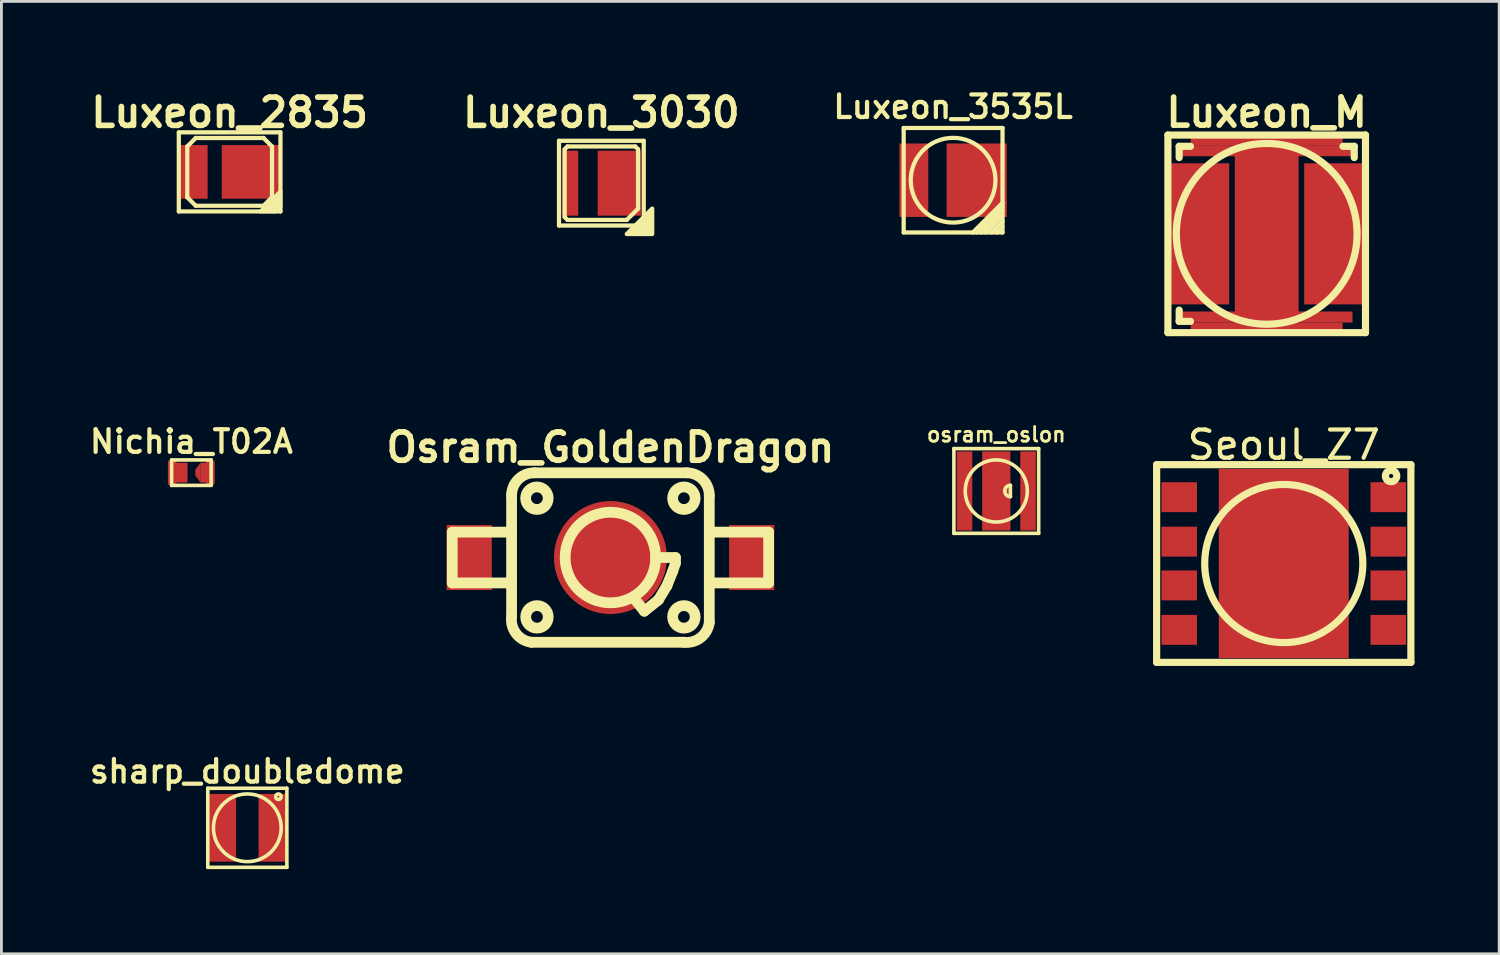
<source format=kicad_pcb>
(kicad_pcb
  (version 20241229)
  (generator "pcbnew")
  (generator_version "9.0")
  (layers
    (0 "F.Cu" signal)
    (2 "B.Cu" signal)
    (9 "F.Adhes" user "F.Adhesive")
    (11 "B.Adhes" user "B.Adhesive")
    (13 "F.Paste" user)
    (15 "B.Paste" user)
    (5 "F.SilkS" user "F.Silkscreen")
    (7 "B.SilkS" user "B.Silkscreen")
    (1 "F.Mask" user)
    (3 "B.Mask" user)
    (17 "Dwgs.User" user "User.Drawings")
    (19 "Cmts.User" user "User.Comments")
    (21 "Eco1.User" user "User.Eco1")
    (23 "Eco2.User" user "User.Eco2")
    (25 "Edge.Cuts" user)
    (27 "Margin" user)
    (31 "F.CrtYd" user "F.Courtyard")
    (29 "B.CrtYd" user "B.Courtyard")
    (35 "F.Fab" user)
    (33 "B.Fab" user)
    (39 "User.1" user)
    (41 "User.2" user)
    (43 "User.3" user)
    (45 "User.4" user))
  (footprint "Osram_GoldenDragon"
    (layer "F.Cu")
    (at 18.564 16.691)
    (property "Reference" "Osram_GoldenDragon" (at 0 -3.899 0) (layer "F.SilkS") (effects (font (size 1.001 1.001) (thickness 0.201))))
    (attr through_hole)
    (fp_line (start -5.601 -0.899) (end -5.601 0.899) (stroke (width 0.381) (type solid)) (layer "F.SilkS"))
    (fp_line (start -5.601 0.899) (end -3.5 0.899) (stroke (width 0.381) (type solid)) (layer "F.SilkS"))
    (fp_line (start -3.5 -0.899) (end -5.601 -0.899) (stroke (width 0.381) (type solid)) (layer "F.SilkS"))
    (fp_line (start -3.5 2.101) (end -3.5 -2.2) (stroke (width 0.381) (type solid)) (layer "F.SilkS"))
    (fp_line (start -2.7 -3) (end 2.7 -3) (stroke (width 0.381) (type solid)) (layer "F.SilkS"))
    (fp_line (start 1.199 1.9) (end 0.8 1.4) (stroke (width 0.381) (type solid)) (layer "F.SilkS"))
    (fp_line (start 1.6 0) (end 2.301 0) (stroke (width 0.381) (type solid)) (layer "F.SilkS"))
    (fp_line (start 1.699 1.501) (end 1.199 1.9) (stroke (width 0.381) (type solid)) (layer "F.SilkS"))
    (fp_line (start 1.999 1.001) (end 1.699 1.501) (stroke (width 0.381) (type solid)) (layer "F.SilkS"))
    (fp_line (start 2.2 0.5) (end 1.999 1.001) (stroke (width 0.381) (type solid)) (layer "F.SilkS"))
    (fp_line (start 2.301 0) (end 2.301 0.201) (stroke (width 0.381) (type solid)) (layer "F.SilkS"))
    (fp_line (start 2.301 0.201) (end 2.2 0.5) (stroke (width 0.381) (type solid)) (layer "F.SilkS"))
    (fp_line (start 2.601 3) (end -2.799 3) (stroke (width 0.381) (type solid)) (layer "F.SilkS"))
    (fp_line (start 3.5 -2.2) (end 3.5 2.301) (stroke (width 0.381) (type solid)) (layer "F.SilkS"))
    (fp_line (start 5.601 -0.899) (end 3.5 -0.899) (stroke (width 0.381) (type solid)) (layer "F.SilkS"))
    (fp_line (start 5.601 -0.899) (end 5.601 0.899) (stroke (width 0.381) (type solid)) (layer "F.SilkS"))
    (fp_line (start 5.601 0.899) (end 3.5 0.899) (stroke (width 0.381) (type solid)) (layer "F.SilkS"))
    (fp_arc (start -3.50012 -2.19964) (mid -3.265776 -2.765396) (end -2.70002 -2.99974) (stroke (width 0.381) (type solid)) (layer "F.SilkS"))
    (fp_arc (start -2.79908 2.99974) (mid -3.335822 2.69535) (end -3.50012 2.10058) (stroke (width 0.381) (type solid)) (layer "F.SilkS"))
    (fp_arc (start 2.70002 -2.99974) (mid 3.265776 -2.765396) (end 3.50012 -2.19964) (stroke (width 0.381) (type solid)) (layer "F.SilkS"))
    (fp_arc (start 3.50012 2.30124) (mid 3.193934 2.837238) (end 2.59842 2.99974) (stroke (width 0.381) (type solid)) (layer "F.SilkS"))
    (fp_circle (center -2.603 -2.101) (end -3.002 -2.101) (stroke (width 0.381) (type solid)) (fill no) (layer "F.SilkS"))
    (fp_circle (center -2.601 2.101) (end -3 2.101) (stroke (width 0.381) (type solid)) (fill no) (layer "F.SilkS"))
    (fp_circle (center 0 0) (end 1.6 -0.099) (stroke (width 0.381) (type solid)) (fill no) (layer "F.SilkS"))
    (fp_circle (center 2.601 -2.101) (end 3 -2.101) (stroke (width 0.381) (type solid)) (fill no) (layer "F.SilkS"))
    (fp_circle (center 2.601 2.101) (end 3 2.101) (stroke (width 0.381) (type solid)) (fill no) (layer "F.SilkS"))
    (pad "1" smd rect (at -5.001 0) (size 1.6 2.301) (layers "F.Cu" "F.Mask" "F.Paste"))
    (pad "2" smd rect (at 5.001 0) (size 1.6 2.301) (layers "F.Cu" "F.Mask" "F.Paste"))
    (pad "3" smd circle (at 0 0) (size 4 4) (layers "F.Cu" "F.Mask" "F.Paste")))
  (footprint "osram_oslon"
    (layer "F.Cu")
    (at 32.226 14.334)
    (property "Reference" "osram_oslon" (at 0 -1.999 0) (layer "F.SilkS") (effects (font (size 0.523 0.523) (thickness 0.099))))
    (attr through_hole)
    (fp_line (start -1.501 -1.501) (end -1.501 1.501) (stroke (width 0.127) (type solid)) (layer "F.SilkS"))
    (fp_line (start -1.501 1.501) (end 1.501 1.501) (stroke (width 0.127) (type solid)) (layer "F.SilkS"))
    (fp_line (start 0.5 -0.201) (end 0.5 0.201) (stroke (width 0.127) (type solid)) (layer "F.SilkS"))
    (fp_line (start 1.501 -1.501) (end -1.501 -1.501) (stroke (width 0.127) (type solid)) (layer "F.SilkS"))
    (fp_line (start 1.501 1.501) (end 1.501 -1.501) (stroke (width 0.127) (type solid)) (layer "F.SilkS"))
    (fp_arc (start 0.29972 0) (mid 0.358492 -0.141888) (end 0.50038 -0.20066) (stroke (width 0.127) (type solid)) (layer "F.SilkS"))
    (fp_arc (start 0.50038 0.20066) (mid 0.358492 0.141888) (end 0.29972 0) (stroke (width 0.127) (type solid)) (layer "F.SilkS"))
    (fp_circle (center 0 0) (end -1.1 0) (stroke (width 0.127) (type solid)) (fill no) (layer "F.SilkS"))
    (pad "1" smd rect (at -1.125 0) (size 0.551 2.799) (layers "F.Cu" "F.Mask" "F.Paste"))
    (pad "2" smd rect (at 1.125 0) (size 0.551 2.799) (layers "F.Cu" "F.Mask" "F.Paste"))
    (pad "3" smd rect (at 0 0) (size 1.001 2.799) (layers "F.Cu" "F.Mask" "F.Paste")))
  (footprint "Seoul_Z7"
    (layer "F.Cu")
    (at 42.405 16.903)
    (property "Reference" "Seoul_Z7" (at 0 -4.201 0) (layer "F.SilkS") (effects (font (size 0.998 0.998) (thickness 0.15))))
    (attr smd)
    (fp_line (start -4.501 -3.5) (end 4.501 -3.5) (stroke (width 0.254) (type solid)) (layer "F.SilkS"))
    (fp_line (start -4.501 3.5) (end -4.501 -3.5) (stroke (width 0.254) (type solid)) (layer "F.SilkS"))
    (fp_line (start 4.501 -3.5) (end 4.501 3.5) (stroke (width 0.254) (type solid)) (layer "F.SilkS"))
    (fp_line (start 4.501 3.5) (end -4.501 3.5) (stroke (width 0.254) (type solid)) (layer "F.SilkS"))
    (fp_circle (center 0 0) (end -2.799 0) (stroke (width 0.254) (type solid)) (fill no) (layer "F.SilkS"))
    (fp_circle (center 3.8 -3.099) (end 3.599 -3.099) (stroke (width 0.254) (type solid)) (fill no) (layer "F.SilkS"))
    (pad "" smd rect (at -1.15 -1.675) (size 2.3 3.35) (layers "F.Mask" "F.Paste"))
    (pad "" smd rect (at -1.15 1.675) (size 2.3 3.35) (layers "F.Mask" "F.Paste"))
    (pad "" smd rect (at 1.15 -1.675) (size 2.3 3.35) (layers "F.Mask" "F.Paste"))
    (pad "" smd rect (at 1.15 1.675) (size 2.3 3.35) (layers "F.Mask" "F.Paste"))
    (pad "1" smd rect (at 3.701 -2.349) (size 1.257 1.059) (layers "F.Cu" "F.Mask" "F.Paste"))
    (pad "2" smd rect (at 3.701 -0.775) (size 1.257 1.059) (layers "F.Cu" "F.Mask" "F.Paste"))
    (pad "3" smd rect (at 3.701 0.775) (size 1.257 1.059) (layers "F.Cu" "F.Mask" "F.Paste"))
    (pad "4" smd rect (at 3.701 2.349) (size 1.257 1.059) (layers "F.Cu" "F.Mask" "F.Paste"))
    (pad "5" smd rect (at -3.701 2.349) (size 1.257 1.059) (layers "F.Cu" "F.Mask" "F.Paste"))
    (pad "6" smd rect (at -3.701 0.775) (size 1.257 1.059) (layers "F.Cu" "F.Mask" "F.Paste"))
    (pad "7" smd rect (at -3.701 -0.775) (size 1.257 1.059) (layers "F.Cu" "F.Mask" "F.Paste"))
    (pad "8" smd rect (at -3.701 -2.349) (size 1.257 1.059) (layers "F.Cu" "F.Mask" "F.Paste"))
    (pad "9" smd rect (at 0 0) (size 4.6 6.7) (layers "F.Cu")))
  (footprint "Luxeon_M"
    (layer "F.Cu")
    (at 41.801 5.23)
    (property "Reference" "Luxeon_M" (at 0 -4.3 0) (layer "F.SilkS") (effects (font (size 0.996 0.996) (thickness 0.198))))
    (attr through_hole)
    (fp_line (start -3.498 -3.498) (end 3.498 -3.498) (stroke (width 0.254) (type solid)) (layer "F.SilkS"))
    (fp_line (start -3.498 3.498) (end -3.498 -3.498) (stroke (width 0.254) (type solid)) (layer "F.SilkS"))
    (fp_line (start -3.099 -3.099) (end -2.7 -3.099) (stroke (width 0.254) (type solid)) (layer "F.SilkS"))
    (fp_line (start -3.099 -2.7) (end -3.099 -3.099) (stroke (width 0.254) (type solid)) (layer "F.SilkS"))
    (fp_line (start -3.099 3.099) (end -3.099 2.7) (stroke (width 0.254) (type solid)) (layer "F.SilkS"))
    (fp_line (start -3.099 3.099) (end -2.7 3.099) (stroke (width 0.254) (type solid)) (layer "F.SilkS"))
    (fp_line (start 3.099 -3.099) (end 2.7 -3.099) (stroke (width 0.254) (type solid)) (layer "F.SilkS"))
    (fp_line (start 3.099 -3.099) (end 3.099 -2.7) (stroke (width 0.254) (type solid)) (layer "F.SilkS"))
    (fp_line (start 3.498 -3.498) (end 3.498 3.498) (stroke (width 0.254) (type solid)) (layer "F.SilkS"))
    (fp_line (start 3.498 3.498) (end -3.498 3.498) (stroke (width 0.254) (type solid)) (layer "F.SilkS"))
    (fp_circle (center 0 0) (end -3.2 0) (stroke (width 0.254) (type solid)) (fill no) (layer "F.SilkS"))
    (pad "" smd rect (at -1.603 0) (size 0.546 3.528) (layers "F.Mask" "F.Paste"))
    (pad "" smd rect (at 0 0) (size 2.258 3.528) (layers "F.Mask" "F.Paste"))
    (pad "" smd rect (at 1.603 0) (size 0.546 3.528) (layers "F.Mask" "F.Paste"))
    (pad "1" smd rect (at 2.413 0) (size 2.169 4.996) (layers "F.Cu"))
    (pad "2" smd rect (at -2.413 0) (size 2.169 4.996) (layers "F.Cu"))
    (pad "3" smd rect (at 0 -3.32) (size 5.377 0.361) (layers "F.Cu"))
    (pad "3" smd rect (at 0 -2.944) (size 6.076 0.391) (layers "F.Cu"))
    (pad "3" smd rect (at 0 0) (size 2.258 6.998) (layers "F.Cu"))
    (pad "3" smd rect (at 0 2.944) (size 6.076 0.391) (layers "F.Cu"))
    (pad "3" smd rect (at 0 3.32) (size 5.377 0.361) (layers "F.Cu")))
  (footprint "Luxeon_3535L"
    (layer "F.Cu")
    (at 30.697 3.331)
    (property "Reference" "Luxeon_3535L" (at 0 -2.6 0) (layer "F.SilkS") (effects (font (size 0.8 0.8) (thickness 0.15))))
    (attr smd)
    (fp_line (start -1.75 -1.85) (end 1.75 -1.85) (stroke (width 0.15) (type solid)) (layer "F.SilkS"))
    (fp_line (start -1.75 1.85) (end -1.75 -1.85) (stroke (width 0.15) (type solid)) (layer "F.SilkS"))
    (fp_line (start 0.7 1.85) (end 1.75 0.8) (stroke (width 0.15) (type solid)) (layer "F.SilkS"))
    (fp_line (start 0.85 1.85) (end 1.75 0.95) (stroke (width 0.15) (type solid)) (layer "F.SilkS"))
    (fp_line (start 1 1.85) (end 1.75 1.1) (stroke (width 0.15) (type solid)) (layer "F.SilkS"))
    (fp_line (start 1.15 1.85) (end 1.75 1.25) (stroke (width 0.15) (type solid)) (layer "F.SilkS"))
    (fp_line (start 1.35 1.85) (end 1.75 1.45) (stroke (width 0.15) (type solid)) (layer "F.SilkS"))
    (fp_line (start 1.55 1.85) (end 1.75 1.65) (stroke (width 0.15) (type solid)) (layer "F.SilkS"))
    (fp_line (start 1.75 -1.85) (end 1.75 1.85) (stroke (width 0.15) (type solid)) (layer "F.SilkS"))
    (fp_line (start 1.75 1.85) (end -1.75 1.85) (stroke (width 0.15) (type solid)) (layer "F.SilkS"))
    (fp_circle (center 0 0) (end 1.5 0) (stroke (width 0.15) (type solid)) (fill no) (layer "F.SilkS"))
    (pad "1" smd rect (at -1.39 0) (size 1.02 2.6) (layers "F.Cu" "F.Mask" "F.Paste"))
    (pad "2" smd rect (at 0.835 0) (size 2.13 2.6) (layers "F.Cu" "F.Mask" "F.Paste")))
  (footprint "Luxeon_3030"
    (layer "F.Cu")
    (at 18.243 3.436)
    (property "Reference" "Luxeon_3030" (at 0 -2.5 0) (layer "F.SilkS") (effects (font (size 1 1) (thickness 0.2))))
    (attr through_hole)
    (fp_line (start -1.5 -1.5) (end 1.5 -1.5) (stroke (width 0.15) (type solid)) (layer "F.SilkS"))
    (fp_line (start -1.5 1.5) (end -1.5 -1.5) (stroke (width 0.15) (type solid)) (layer "F.SilkS"))
    (fp_line (start -1.3 -1.2) (end -1.3 1.2) (stroke (width 0.15) (type solid)) (layer "F.SilkS"))
    (fp_line (start -1.3 1.2) (end -1.2 1.3) (stroke (width 0.15) (type solid)) (layer "F.SilkS"))
    (fp_line (start -1.2 -1.3) (end -1.3 -1.2) (stroke (width 0.15) (type solid)) (layer "F.SilkS"))
    (fp_line (start -1.2 1.3) (end 0.9 1.3) (stroke (width 0.15) (type solid)) (layer "F.SilkS"))
    (fp_line (start 0.9 1.3) (end 1.3 0.9) (stroke (width 0.15) (type solid)) (layer "F.SilkS"))
    (fp_line (start 1.2 -1.3) (end -1.2 -1.3) (stroke (width 0.15) (type solid)) (layer "F.SilkS"))
    (fp_line (start 1.3 -1.2) (end 1.2 -1.3) (stroke (width 0.15) (type solid)) (layer "F.SilkS"))
    (fp_line (start 1.3 0.9) (end 1.3 -1.2) (stroke (width 0.15) (type solid)) (layer "F.SilkS"))
    (fp_line (start 1.5 -1.5) (end 1.5 1.5) (stroke (width 0.15) (type solid)) (layer "F.SilkS"))
    (fp_line (start 1.5 1.5) (end -1.5 1.5) (stroke (width 0.15) (type solid)) (layer "F.SilkS"))
    (fp_poly (pts (xy 0.9 1.8) (xy 1.8 0.9) (xy 1.8 1.8)) (stroke (width 0.15) (type solid)) (fill yes) (layer "F.SilkS"))
    (pad "1" smd rect (at -1.11 0) (size 0.58 2.3) (layers "F.Cu" "F.Mask" "F.Paste"))
    (pad "2" smd rect (at 0.635 0) (size 1.53 2.3) (layers "F.Cu" "F.Mask" "F.Paste")))
  (footprint "sharp_doubledome"
    (layer "F.Cu")
    (at 5.707 26.26)
    (property "Reference" "sharp_doubledome" (at 0 -1.999 0) (layer "F.SilkS") (effects (font (size 0.8 0.8) (thickness 0.15))))
    (attr through_hole)
    (fp_line (start -1.4 -1.4) (end -1.4 1.4) (stroke (width 0.127) (type solid)) (layer "F.SilkS"))
    (fp_line (start -1.4 1.4) (end 1.4 1.4) (stroke (width 0.127) (type solid)) (layer "F.SilkS"))
    (fp_line (start 1.4 -1.4) (end -1.4 -1.4) (stroke (width 0.127) (type solid)) (layer "F.SilkS"))
    (fp_line (start 1.4 1.4) (end 1.4 -1.4) (stroke (width 0.127) (type solid)) (layer "F.SilkS"))
    (fp_circle (center 0 0) (end -1.199 0) (stroke (width 0.127) (type solid)) (fill no) (layer "F.SilkS"))
    (fp_circle (center 1.1 -1.1) (end 1.001 -1.1) (stroke (width 0.127) (type solid)) (fill no) (layer "F.SilkS"))
    (pad "1" smd rect (at -0.899 0) (size 1.001 2.4) (layers "F.Cu" "F.Mask" "F.Paste"))
    (pad "2" smd rect (at 0.899 0) (size 1.001 2.4) (layers "F.Cu" "F.Mask" "F.Paste")))
  (footprint "Luxeon_2835"
    (layer "F.Cu")
    (at 5.081 3.036)
    (property "Reference" "Luxeon_2835" (at 0 -2.1 0) (layer "F.SilkS") (effects (font (size 1 1) (thickness 0.2))))
    (attr through_hole)
    (fp_line (start -1.8 -1.4) (end 1.8 -1.4) (stroke (width 0.15) (type solid)) (layer "F.SilkS"))
    (fp_line (start -1.8 1.4) (end -1.8 -1.4) (stroke (width 0.15) (type solid)) (layer "F.SilkS"))
    (fp_line (start -1.5 -0.9) (end -1.2 -1.2) (stroke (width 0.15) (type solid)) (layer "F.SilkS"))
    (fp_line (start -1.5 0.9) (end -1.5 -0.9) (stroke (width 0.15) (type solid)) (layer "F.SilkS"))
    (fp_line (start -1.2 -1.2) (end 1.2 -1.2) (stroke (width 0.15) (type solid)) (layer "F.SilkS"))
    (fp_line (start -1.2 1.2) (end -1.5 0.9) (stroke (width 0.15) (type solid)) (layer "F.SilkS"))
    (fp_line (start 1.1 1.4) (end 1.8 0.7) (stroke (width 0.15) (type solid)) (layer "F.SilkS"))
    (fp_line (start 1.2 -1.2) (end 1.5 -0.9) (stroke (width 0.15) (type solid)) (layer "F.SilkS"))
    (fp_line (start 1.2 1.2) (end -1.2 1.2) (stroke (width 0.15) (type solid)) (layer "F.SilkS"))
    (fp_line (start 1.2 1.4) (end 1.8 0.8) (stroke (width 0.15) (type solid)) (layer "F.SilkS"))
    (fp_line (start 1.3 1.4) (end 1.8 0.9) (stroke (width 0.15) (type solid)) (layer "F.SilkS"))
    (fp_line (start 1.4 1.4) (end 1.8 1) (stroke (width 0.15) (type solid)) (layer "F.SilkS"))
    (fp_line (start 1.5 -0.9) (end 1.5 0.9) (stroke (width 0.15) (type solid)) (layer "F.SilkS"))
    (fp_line (start 1.5 0.9) (end 1.2 1.2) (stroke (width 0.15) (type solid)) (layer "F.SilkS"))
    (fp_line (start 1.5 1.4) (end 1.8 1.1) (stroke (width 0.15) (type solid)) (layer "F.SilkS"))
    (fp_line (start 1.8 -1.4) (end 1.8 1.4) (stroke (width 0.15) (type solid)) (layer "F.SilkS"))
    (fp_line (start 1.8 1.2) (end 1.6 1.4) (stroke (width 0.15) (type solid)) (layer "F.SilkS"))
    (fp_line (start 1.8 1.4) (end -1.8 1.4) (stroke (width 0.15) (type solid)) (layer "F.SilkS"))
    (pad "1" smd rect (at -1.265 0) (size 0.97 1.9) (layers "F.Cu" "F.Mask" "F.Paste"))
    (pad "2" smd rect (at 0.735 0) (size 2.03 1.9) (layers "F.Cu" "F.Mask" "F.Paste")))
  (footprint "Nichia_T02A"
    (layer "F.Cu")
    (at 3.726 13.686)
    (property "Reference" "Nichia_T02A" (at 0 -1.1 0) (layer "F.SilkS") (effects (font (size 0.8 0.8) (thickness 0.15))))
    (attr through_hole)
    (fp_line (start -0.7 -0.45) (end -0.7 0.45) (stroke (width 0.127) (type solid)) (layer "F.SilkS"))
    (fp_line (start -0.7 0.45) (end 0.7 0.45) (stroke (width 0.127) (type solid)) (layer "F.SilkS"))
    (fp_line (start 0.7 -0.45) (end -0.7 -0.45) (stroke (width 0.127) (type solid)) (layer "F.SilkS"))
    (fp_line (start 0.7 0.45) (end 0.7 -0.45) (stroke (width 0.127) (type solid)) (layer "F.SilkS"))
    (pad "" smd rect (at -0.6 0) (size 0.45 0.7) (layers "F.Paste"))
    (pad "" smd rect (at -0.48 0) (size 0.685 0.55) (layers "F.Paste"))
    (pad "" smd trapezoid (at 0.22 0) (size 0.16 0.32) (rect_delta -0.23 0) (layers "F.Paste"))
    (pad "" smd rect (at 0.56 0) (size 0.52 0.55) (layers "F.Paste"))
    (pad "" smd rect (at 0.59 0) (size 0.45 0.7) (layers "F.Paste"))
    (pad "1" smd rect (at -0.68 0) (size 0.3 0.85) (layers "F.Cu" "F.Mask" "F.Paste"))
    (pad "1" smd rect (at -0.48 0) (size 0.685 0.7) (layers "F.Cu" "F.Mask"))
    (pad "2" smd trapezoid (at 0.23 0) (size 0.185 0.45) (rect_delta -0.25 0) (layers "F.Cu" "F.Mask"))
    (pad "2" smd rect (at 0.57 0) (size 0.5 0.7) (layers "F.Cu" "F.Mask"))
    (pad "2" smd rect (at 0.67 0) (size 0.3 0.85) (layers "F.Cu" "F.Mask" "F.Paste")))
  (gr_rect
    (start -3 -3)
    (end 50.033 30.723)
    (stroke (width 0.1) (type default))
    (fill no)
    (layer "Edge.Cuts")))
</source>
